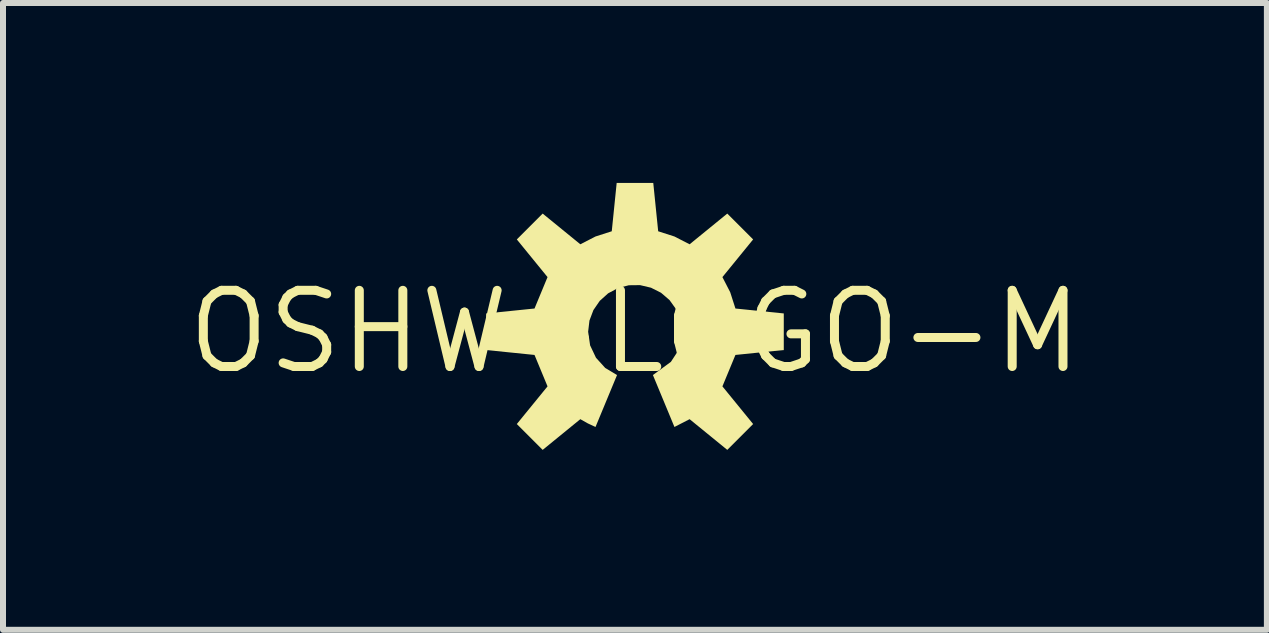
<source format=kicad_pcb>
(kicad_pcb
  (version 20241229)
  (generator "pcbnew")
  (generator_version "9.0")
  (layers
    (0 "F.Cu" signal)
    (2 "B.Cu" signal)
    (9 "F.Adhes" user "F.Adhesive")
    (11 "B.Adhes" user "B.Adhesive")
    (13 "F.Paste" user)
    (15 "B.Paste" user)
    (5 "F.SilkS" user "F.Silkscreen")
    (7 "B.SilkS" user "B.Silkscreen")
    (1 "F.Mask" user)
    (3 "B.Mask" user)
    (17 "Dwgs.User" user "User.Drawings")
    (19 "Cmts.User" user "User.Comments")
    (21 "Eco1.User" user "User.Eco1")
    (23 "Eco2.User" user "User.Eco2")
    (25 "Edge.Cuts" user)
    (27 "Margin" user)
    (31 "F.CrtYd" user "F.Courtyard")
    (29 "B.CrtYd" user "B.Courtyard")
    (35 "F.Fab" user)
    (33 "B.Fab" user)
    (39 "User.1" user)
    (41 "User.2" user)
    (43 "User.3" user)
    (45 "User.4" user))
  (footprint "OSHW-LOGO-M"
    (layer "F.Cu")
    (at 7.537 2.481)
    (property "Reference" "OSHW-LOGO-M" (at 0 0 0) (layer "F.SilkS") (effects (font (size 1.27 1.27) (thickness 0.15))))
    (attr through_hole)
    (fp_poly (pts (xy 0.658 1.588) (xy 0.911 1.458) (xy 1.539 1.97) (xy 1.97 1.539) (xy 1.458 0.911) (xy 1.675 0.387) (xy 2.481 0.305) (xy 2.481 -0.305) (xy 1.675 -0.387) (xy 1.588 -0.658) (xy 1.458 -0.911) (xy 1.97 -1.539) (xy 1.539 -1.97) (xy 0.911 -1.458) (xy 0.658 -1.588) (xy 0.387 -1.675) (xy 0.305 -2.481) (xy -0.305 -2.481) (xy -0.387 -1.675) (xy -0.658 -1.588) (xy -0.911 -1.458) (xy -1.539 -1.97) (xy -1.97 -1.539) (xy -1.458 -0.911) (xy -1.675 -0.387) (xy -2.481 -0.305) (xy -2.481 0.305) (xy -1.675 0.387) (xy -1.458 0.911) (xy -1.97 1.539) (xy -1.539 1.97) (xy -0.911 1.458) (xy -0.787 1.528) (xy -0.658 1.588) (xy -0.299 0.722) (xy -0.496 0.604) (xy -0.65 0.434) (xy -0.748 0.227) (xy -0.781 0) (xy -0.759 -0.186) (xy -0.693 -0.361) (xy -0.587 -0.515) (xy -0.448 -0.64) (xy -0.283 -0.728) (xy -0.102 -0.775) (xy 0.085 -0.777) (xy 0.267 -0.734) (xy 0.434 -0.65) (xy 0.576 -0.528) (xy 0.685 -0.376) (xy 0.755 -0.202) (xy 0.781 -0.017) (xy 0.763 0.169) (xy 0.701 0.346) (xy 0.599 0.502) (xy 0.299 0.722)) (stroke (width 0) (type solid)) (fill yes) (layer "F.SilkS")))
  (gr_rect
    (start -3 -3)
    (end 18.073 7.451)
    (stroke (width 0.1) (type default))
    (fill no)
    (layer "Edge.Cuts")))
</source>
